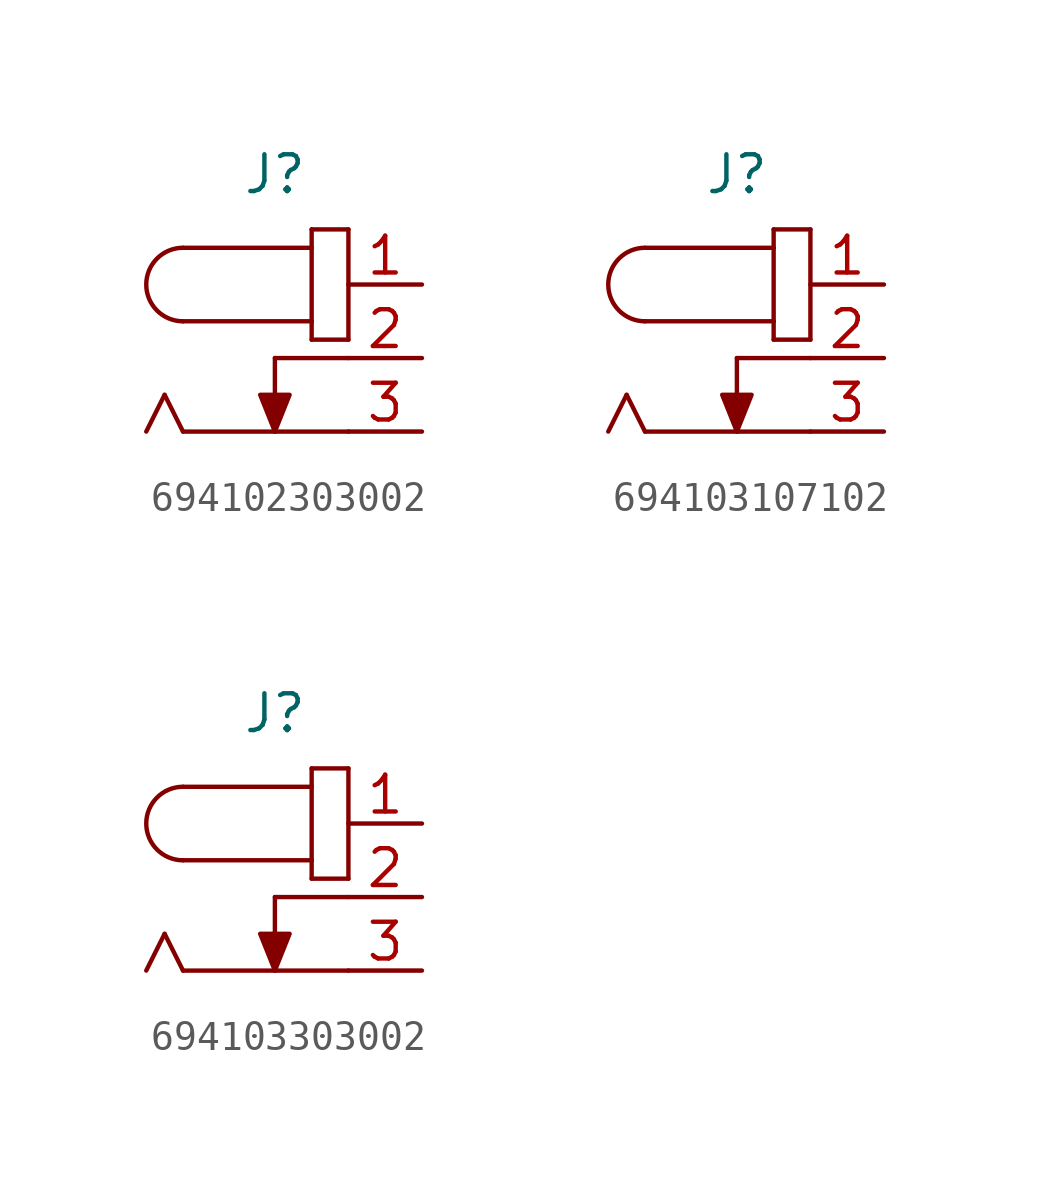
<source format=kicad_sym>
(kicad_symbol_lib
  (version 20220914)
  (generator kicad_symbol_editor)
  (symbol "694102303002"
    (pin_names hide)
    (property "Reference" "J"
      (at 0 5.08 0)
      (effects (font (size 1.27 1.27))))
    (symbol "694102303002_0_0"
      (arc (start -3.175 2.54) (mid -4.4395 1.27) (end -3.175 0) (stroke (width 0.1524) (type default)) (fill (type none)))
      (polyline (pts (xy -3.81 -2.54) (xy -4.445 -3.81)) (stroke (width 0.152) (type default)) (fill (type none)))
      (polyline (pts (xy -3.175 -3.81) (xy -3.81 -2.54)) (stroke (width 0.152) (type default)) (fill (type none)))
      (polyline (pts (xy -3.175 2.54) (xy 1.27 2.54)) (stroke (width 0.152) (type default)) (fill (type none)))
      (polyline (pts (xy 0 -1.27) (xy 0 -3.81)) (stroke (width 0.152) (type default)) (fill (type none)))
      (polyline (pts (xy 0 -1.27) (xy 2.54 -1.27)) (stroke (width 0.152) (type default)) (fill (type none)))
      (polyline (pts (xy 1.27 -0.635) (xy 2.54 -0.635)) (stroke (width 0.152) (type default)) (fill (type none)))
      (polyline (pts (xy 1.27 0) (xy -3.175 0)) (stroke (width 0.152) (type default)) (fill (type none)))
      (polyline (pts (xy 1.27 0) (xy 1.27 -0.635)) (stroke (width 0.152) (type default)) (fill (type none)))
      (polyline (pts (xy 1.27 2.54) (xy 1.27 0)) (stroke (width 0.152) (type default)) (fill (type none)))
      (polyline (pts (xy 1.27 3.175) (xy 1.27 2.54)) (stroke (width 0.152) (type default)) (fill (type none)))
      (polyline (pts (xy 2.54 -3.81) (xy -3.175 -3.81)) (stroke (width 0.152) (type default)) (fill (type none)))
      (polyline (pts (xy 2.54 -0.635) (xy 2.54 3.175)) (stroke (width 0.152) (type default)) (fill (type none)))
      (polyline (pts (xy 2.54 3.175) (xy 1.27 3.175)) (stroke (width 0.152) (type default)) (fill (type none)))
      (polyline (pts (xy 0 -3.81) (xy -0.508 -2.54) (xy 0.508 -2.54) (xy 0 -3.81)) (stroke (width 0.152) (type default)) (fill (type outline))))
    (symbol "694102303002_1_0"
      (pin passive line (at 5.08 1.27 180) (length 2.54) (name "1" (effects (font (size 1.27 1.27)))) (number "1" (effects (font (size 1.27 1.27)))))
      (pin passive line (at 5.08 -3.81 180) (length 2.54) (name "3" (effects (font (size 1.27 1.27)))) (number "3" (effects (font (size 1.27 1.27)))))
      (pin passive line (at 5.08 -1.27 180) (length 2.54) (name "2" (effects (font (size 1.27 1.27)))) (number "2" (effects (font (size 1.27 1.27)))))))
  (symbol "694103107102"
    (pin_names hide)
    (property "Reference" "J"
      (at 0 5.08 0)
      (effects (font (size 1.27 1.27))))
    (symbol "694103107102_0_0"
      (arc (start -3.175 2.54) (mid -4.4395 1.27) (end -3.175 0) (stroke (width 0.1524) (type default)) (fill (type none)))
      (polyline (pts (xy -3.81 -2.54) (xy -4.445 -3.81)) (stroke (width 0.152) (type default)) (fill (type none)))
      (polyline (pts (xy -3.175 -3.81) (xy -3.81 -2.54)) (stroke (width 0.152) (type default)) (fill (type none)))
      (polyline (pts (xy -3.175 2.54) (xy 1.27 2.54)) (stroke (width 0.152) (type default)) (fill (type none)))
      (polyline (pts (xy 0 -1.27) (xy 0 -3.81)) (stroke (width 0.152) (type default)) (fill (type none)))
      (polyline (pts (xy 0 -1.27) (xy 2.54 -1.27)) (stroke (width 0.152) (type default)) (fill (type none)))
      (polyline (pts (xy 1.27 -0.635) (xy 2.54 -0.635)) (stroke (width 0.152) (type default)) (fill (type none)))
      (polyline (pts (xy 1.27 0) (xy -3.175 0)) (stroke (width 0.152) (type default)) (fill (type none)))
      (polyline (pts (xy 1.27 0) (xy 1.27 -0.635)) (stroke (width 0.152) (type default)) (fill (type none)))
      (polyline (pts (xy 1.27 2.54) (xy 1.27 0)) (stroke (width 0.152) (type default)) (fill (type none)))
      (polyline (pts (xy 1.27 3.175) (xy 1.27 2.54)) (stroke (width 0.152) (type default)) (fill (type none)))
      (polyline (pts (xy 2.54 -3.81) (xy -3.175 -3.81)) (stroke (width 0.152) (type default)) (fill (type none)))
      (polyline (pts (xy 2.54 -0.635) (xy 2.54 3.175)) (stroke (width 0.152) (type default)) (fill (type none)))
      (polyline (pts (xy 2.54 3.175) (xy 1.27 3.175)) (stroke (width 0.152) (type default)) (fill (type none)))
      (polyline (pts (xy 0 -3.81) (xy -0.508 -2.54) (xy 0.508 -2.54) (xy 0 -3.81)) (stroke (width 0.152) (type default)) (fill (type outline))))
    (symbol "694103107102_1_0"
      (pin passive line (at 5.08 1.27 180) (length 2.54) (name "1" (effects (font (size 1.27 1.27)))) (number "1" (effects (font (size 1.27 1.27)))))
      (pin passive line (at 5.08 -3.81 180) (length 2.54) (name "3" (effects (font (size 1.27 1.27)))) (number "3" (effects (font (size 1.27 1.27)))))
      (pin passive line (at 5.08 -1.27 180) (length 2.54) (name "2" (effects (font (size 1.27 1.27)))) (number "2" (effects (font (size 1.27 1.27)))))))
  (symbol "694103303002"
    (pin_names hide)
    (property "Reference" "J"
      (at 0 5.08 0)
      (effects (font (size 1.27 1.27))))
    (symbol "694103303002_0_0"
      (arc (start -3.175 2.54) (mid -4.4395 1.27) (end -3.175 0) (stroke (width 0.1524) (type default)) (fill (type none)))
      (polyline (pts (xy -3.81 -2.54) (xy -4.445 -3.81)) (stroke (width 0.152) (type default)) (fill (type none)))
      (polyline (pts (xy -3.175 -3.81) (xy -3.81 -2.54)) (stroke (width 0.152) (type default)) (fill (type none)))
      (polyline (pts (xy -3.175 2.54) (xy 1.27 2.54)) (stroke (width 0.152) (type default)) (fill (type none)))
      (polyline (pts (xy 0 -1.27) (xy 0 -3.81)) (stroke (width 0.152) (type default)) (fill (type none)))
      (polyline (pts (xy 0 -1.27) (xy 2.54 -1.27)) (stroke (width 0.152) (type default)) (fill (type none)))
      (polyline (pts (xy 1.27 -0.635) (xy 2.54 -0.635)) (stroke (width 0.152) (type default)) (fill (type none)))
      (polyline (pts (xy 1.27 0) (xy -3.175 0)) (stroke (width 0.152) (type default)) (fill (type none)))
      (polyline (pts (xy 1.27 0) (xy 1.27 -0.635)) (stroke (width 0.152) (type default)) (fill (type none)))
      (polyline (pts (xy 1.27 2.54) (xy 1.27 0)) (stroke (width 0.152) (type default)) (fill (type none)))
      (polyline (pts (xy 1.27 3.175) (xy 1.27 2.54)) (stroke (width 0.152) (type default)) (fill (type none)))
      (polyline (pts (xy 2.54 -3.81) (xy -3.175 -3.81)) (stroke (width 0.152) (type default)) (fill (type none)))
      (polyline (pts (xy 2.54 -0.635) (xy 2.54 3.175)) (stroke (width 0.152) (type default)) (fill (type none)))
      (polyline (pts (xy 2.54 3.175) (xy 1.27 3.175)) (stroke (width 0.152) (type default)) (fill (type none)))
      (polyline (pts (xy 0 -3.81) (xy -0.508 -2.54) (xy 0.508 -2.54) (xy 0 -3.81)) (stroke (width 0.152) (type default)) (fill (type outline))))
    (symbol "694103303002_1_0"
      (pin passive line (at 5.08 1.27 180) (length 2.54) (name "1" (effects (font (size 1.27 1.27)))) (number "1" (effects (font (size 1.27 1.27)))))
      (pin passive line (at 5.08 -3.81 180) (length 2.54) (name "3" (effects (font (size 1.27 1.27)))) (number "3" (effects (font (size 1.27 1.27)))))
      (pin passive line (at 5.08 -1.27 180) (length 2.54) (name "2" (effects (font (size 1.27 1.27)))) (number "2" (effects (font (size 1.27 1.27))))))))
</source>
